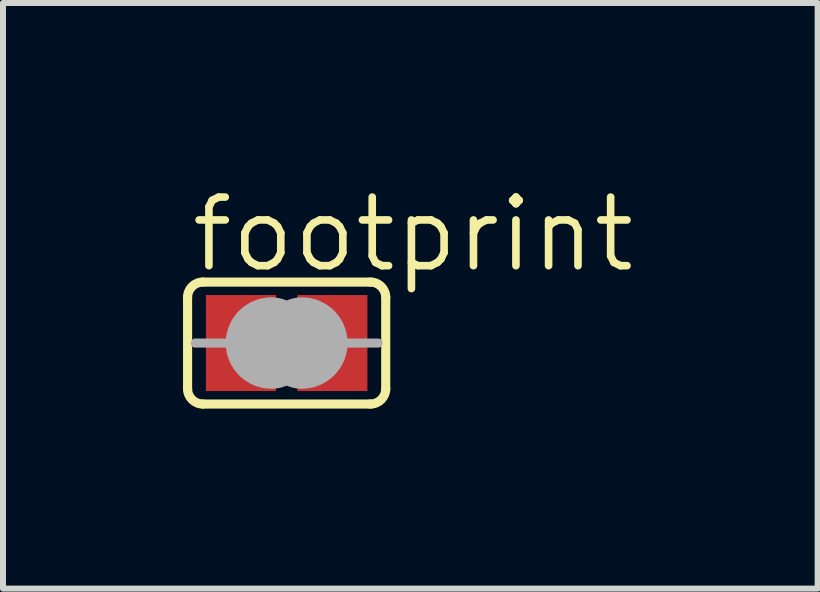
<source format=kicad_pcb>
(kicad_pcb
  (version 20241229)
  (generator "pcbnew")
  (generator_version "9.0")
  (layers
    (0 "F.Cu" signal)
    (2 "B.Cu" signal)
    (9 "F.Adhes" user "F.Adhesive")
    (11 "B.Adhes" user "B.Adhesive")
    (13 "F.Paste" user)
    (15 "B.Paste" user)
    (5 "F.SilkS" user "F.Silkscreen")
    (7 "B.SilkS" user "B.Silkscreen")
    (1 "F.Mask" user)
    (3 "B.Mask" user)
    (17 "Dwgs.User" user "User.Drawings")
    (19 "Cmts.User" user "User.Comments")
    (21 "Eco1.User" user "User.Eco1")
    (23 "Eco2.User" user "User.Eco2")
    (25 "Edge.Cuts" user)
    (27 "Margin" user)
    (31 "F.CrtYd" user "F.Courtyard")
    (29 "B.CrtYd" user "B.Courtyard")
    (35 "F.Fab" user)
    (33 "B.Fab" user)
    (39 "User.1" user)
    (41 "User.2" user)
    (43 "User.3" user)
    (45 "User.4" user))
  (footprint "footprint"
    (layer "F.Cu")
    (at 1.727 2.667)
    (property "Reference" "footprint" (at -1.651 -1.143 0) (layer "F.SilkS") (effects (font (size 1.143 1.143) (thickness 0.127)) (justify left bottom)))
    (fp_poly (pts (xy -0.076 0.914) (xy 0.076 0.914) (xy 0.076 -0.914) (xy -0.076 -0.914)) (stroke (width 0) (type solid)) (fill yes) (layer "F.Mask"))
    (fp_line (start -1.651 0.762) (end -1.651 -0.762) (stroke (width 0.152) (type solid)) (layer "F.SilkS"))
    (fp_line (start -1.397 -1.016) (end 1.397 -1.016) (stroke (width 0.152) (type solid)) (layer "F.SilkS"))
    (fp_line (start 1.397 1.016) (end -1.397 1.016) (stroke (width 0.152) (type solid)) (layer "F.SilkS"))
    (fp_line (start 1.651 0.762) (end 1.651 -0.762) (stroke (width 0.152) (type solid)) (layer "F.SilkS"))
    (fp_arc (start -1.651 -0.762) (mid -1.576605 -0.941605) (end -1.397 -1.016) (stroke (width 0.1524) (type solid)) (layer "F.SilkS"))
    (fp_arc (start -1.397 1.016) (mid -1.576605 0.941605) (end -1.651 0.762) (stroke (width 0.1524) (type solid)) (layer "F.SilkS"))
    (fp_arc (start 1.397 -1.016) (mid 1.576605 -0.941605) (end 1.651 -0.762) (stroke (width 0.1524) (type solid)) (layer "F.SilkS"))
    (fp_arc (start 1.651 0.762) (mid 1.576605 0.941605) (end 1.397 1.016) (stroke (width 0.1524) (type solid)) (layer "F.SilkS"))
    (fp_line (start -1.016 0) (end -1.524 0) (stroke (width 0.152) (type solid)) (layer "F.Fab"))
    (fp_line (start 1.016 0) (end 1.524 0) (stroke (width 0.152) (type solid)) (layer "F.Fab"))
    (fp_arc (start -0.254 0.127) (mid -0.381 0) (end -0.254 -0.127) (stroke (width 1.27) (type solid)) (layer "F.Fab"))
    (fp_arc (start 0.254 -0.127) (mid 0.381 0) (end 0.254 0.127) (stroke (width 1.27) (type solid)) (layer "F.Fab"))
    (pad "1" smd rect (at -0.762 0) (size 1.168 1.6) (layers "F.Cu" "F.Mask" "F.Paste"))
    (pad "2" smd rect (at 0.762 0) (size 1.168 1.6) (layers "F.Cu" "F.Mask" "F.Paste")))
  (gr_rect
    (start -3 -3)
    (end 10.576 6.759)
    (stroke (width 0.1) (type default))
    (fill no)
    (layer "Edge.Cuts")))
</source>
